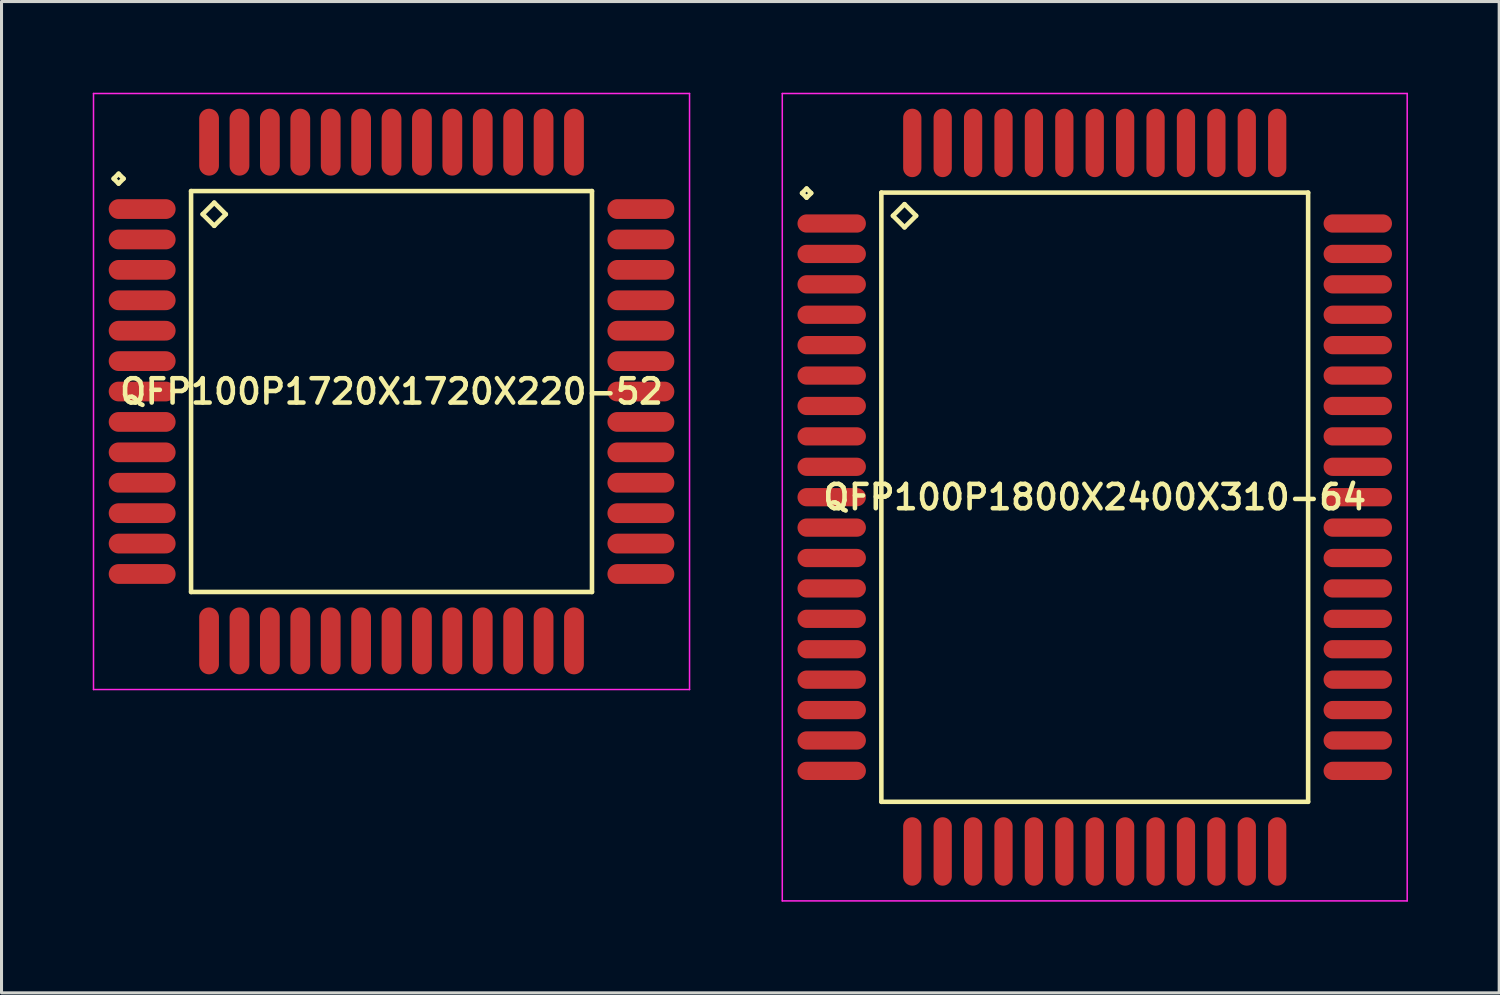
<source format=kicad_pcb>
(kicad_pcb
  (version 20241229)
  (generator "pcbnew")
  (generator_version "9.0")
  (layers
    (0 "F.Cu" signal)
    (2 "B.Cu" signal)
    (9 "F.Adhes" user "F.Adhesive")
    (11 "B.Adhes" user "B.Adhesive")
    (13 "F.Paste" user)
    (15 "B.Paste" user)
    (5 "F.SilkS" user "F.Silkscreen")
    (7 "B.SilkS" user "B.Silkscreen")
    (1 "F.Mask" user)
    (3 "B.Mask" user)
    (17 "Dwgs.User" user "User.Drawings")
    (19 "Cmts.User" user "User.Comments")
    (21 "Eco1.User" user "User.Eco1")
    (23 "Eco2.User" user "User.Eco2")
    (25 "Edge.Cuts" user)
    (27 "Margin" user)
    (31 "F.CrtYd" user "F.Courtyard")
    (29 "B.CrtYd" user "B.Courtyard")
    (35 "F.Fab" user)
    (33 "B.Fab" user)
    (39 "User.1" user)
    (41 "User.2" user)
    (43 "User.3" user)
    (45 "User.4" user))
  (footprint "QFP100P1720X1720X220-52"
    (layer "F.Cu")
    (at 9.825 9.825)
    (property "Reference" "QFP100P1720X1720X220-52" (at 0 0 0) (layer "F.SilkS") (effects (font (size 0.8 0.8) (thickness 0.15))))
    (attr smd)
    (fp_line (start -9.137 -7) (end -8.975 -7.162) (stroke (width 0.15) (type solid)) (layer "F.SilkS"))
    (fp_line (start -8.975 -7.162) (end -8.812 -7) (stroke (width 0.15) (type solid)) (layer "F.SilkS"))
    (fp_line (start -8.975 -6.838) (end -9.137 -7) (stroke (width 0.15) (type solid)) (layer "F.SilkS"))
    (fp_line (start -8.812 -7) (end -8.975 -6.838) (stroke (width 0.15) (type solid)) (layer "F.SilkS"))
    (fp_line (start -6.592 -6.592) (end -6.592 6.592) (stroke (width 0.15) (type solid)) (layer "F.SilkS"))
    (fp_line (start -6.592 6.592) (end 6.592 6.592) (stroke (width 0.15) (type solid)) (layer "F.SilkS"))
    (fp_line (start -6.211 -5.83) (end -5.83 -6.211) (stroke (width 0.15) (type solid)) (layer "F.SilkS"))
    (fp_line (start -5.83 -6.211) (end -5.449 -5.83) (stroke (width 0.15) (type solid)) (layer "F.SilkS"))
    (fp_line (start -5.83 -5.449) (end -6.211 -5.83) (stroke (width 0.15) (type solid)) (layer "F.SilkS"))
    (fp_line (start -5.449 -5.83) (end -5.83 -5.449) (stroke (width 0.15) (type solid)) (layer "F.SilkS"))
    (fp_line (start 6.592 -6.592) (end -6.592 -6.592) (stroke (width 0.15) (type solid)) (layer "F.SilkS"))
    (fp_line (start 6.592 6.592) (end 6.592 -6.592) (stroke (width 0.15) (type solid)) (layer "F.SilkS"))
    (fp_line (start -9.8 -9.8) (end 9.8 -9.8) (stroke (width 0.05) (type solid)) (layer "F.CrtYd"))
    (fp_line (start -9.8 9.8) (end -9.8 -9.8) (stroke (width 0.05) (type solid)) (layer "F.CrtYd"))
    (fp_line (start 9.8 -9.8) (end 9.8 9.8) (stroke (width 0.05) (type solid)) (layer "F.CrtYd"))
    (fp_line (start 9.8 9.8) (end -9.8 9.8) (stroke (width 0.05) (type solid)) (layer "F.CrtYd"))
    (pad "1" smd oval (at -8.2 -6) (size 2.2 0.65) (layers "F.Cu" "F.Mask" "F.Paste"))
    (pad "2" smd oval (at -8.2 -5) (size 2.2 0.65) (layers "F.Cu" "F.Mask" "F.Paste"))
    (pad "3" smd oval (at -8.2 -4) (size 2.2 0.65) (layers "F.Cu" "F.Mask" "F.Paste"))
    (pad "4" smd oval (at -8.2 -3) (size 2.2 0.65) (layers "F.Cu" "F.Mask" "F.Paste"))
    (pad "5" smd oval (at -8.2 -2) (size 2.2 0.65) (layers "F.Cu" "F.Mask" "F.Paste"))
    (pad "6" smd oval (at -8.2 -1) (size 2.2 0.65) (layers "F.Cu" "F.Mask" "F.Paste"))
    (pad "7" smd oval (at -8.2 0) (size 2.2 0.65) (layers "F.Cu" "F.Mask" "F.Paste"))
    (pad "8" smd oval (at -8.2 1) (size 2.2 0.65) (layers "F.Cu" "F.Mask" "F.Paste"))
    (pad "9" smd oval (at -8.2 2) (size 2.2 0.65) (layers "F.Cu" "F.Mask" "F.Paste"))
    (pad "10" smd oval (at -8.2 3) (size 2.2 0.65) (layers "F.Cu" "F.Mask" "F.Paste"))
    (pad "11" smd oval (at -8.2 4) (size 2.2 0.65) (layers "F.Cu" "F.Mask" "F.Paste"))
    (pad "12" smd oval (at -8.2 5) (size 2.2 0.65) (layers "F.Cu" "F.Mask" "F.Paste"))
    (pad "13" smd oval (at -8.2 6) (size 2.2 0.65) (layers "F.Cu" "F.Mask" "F.Paste"))
    (pad "14" smd oval (at -6 8.2) (size 0.65 2.2) (layers "F.Cu" "F.Mask" "F.Paste"))
    (pad "15" smd oval (at -5 8.2) (size 0.65 2.2) (layers "F.Cu" "F.Mask" "F.Paste"))
    (pad "16" smd oval (at -4 8.2) (size 0.65 2.2) (layers "F.Cu" "F.Mask" "F.Paste"))
    (pad "17" smd oval (at -3 8.2) (size 0.65 2.2) (layers "F.Cu" "F.Mask" "F.Paste"))
    (pad "18" smd oval (at -2 8.2) (size 0.65 2.2) (layers "F.Cu" "F.Mask" "F.Paste"))
    (pad "19" smd oval (at -1 8.2) (size 0.65 2.2) (layers "F.Cu" "F.Mask" "F.Paste"))
    (pad "20" smd oval (at 0 8.2) (size 0.65 2.2) (layers "F.Cu" "F.Mask" "F.Paste"))
    (pad "21" smd oval (at 1 8.2) (size 0.65 2.2) (layers "F.Cu" "F.Mask" "F.Paste"))
    (pad "22" smd oval (at 2 8.2) (size 0.65 2.2) (layers "F.Cu" "F.Mask" "F.Paste"))
    (pad "23" smd oval (at 3 8.2) (size 0.65 2.2) (layers "F.Cu" "F.Mask" "F.Paste"))
    (pad "24" smd oval (at 4 8.2) (size 0.65 2.2) (layers "F.Cu" "F.Mask" "F.Paste"))
    (pad "25" smd oval (at 5 8.2) (size 0.65 2.2) (layers "F.Cu" "F.Mask" "F.Paste"))
    (pad "26" smd oval (at 6 8.2) (size 0.65 2.2) (layers "F.Cu" "F.Mask" "F.Paste"))
    (pad "27" smd oval (at 8.2 6) (size 2.2 0.65) (layers "F.Cu" "F.Mask" "F.Paste"))
    (pad "28" smd oval (at 8.2 5) (size 2.2 0.65) (layers "F.Cu" "F.Mask" "F.Paste"))
    (pad "29" smd oval (at 8.2 4) (size 2.2 0.65) (layers "F.Cu" "F.Mask" "F.Paste"))
    (pad "30" smd oval (at 8.2 3) (size 2.2 0.65) (layers "F.Cu" "F.Mask" "F.Paste"))
    (pad "31" smd oval (at 8.2 2) (size 2.2 0.65) (layers "F.Cu" "F.Mask" "F.Paste"))
    (pad "32" smd oval (at 8.2 1) (size 2.2 0.65) (layers "F.Cu" "F.Mask" "F.Paste"))
    (pad "33" smd oval (at 8.2 0) (size 2.2 0.65) (layers "F.Cu" "F.Mask" "F.Paste"))
    (pad "34" smd oval (at 8.2 -1) (size 2.2 0.65) (layers "F.Cu" "F.Mask" "F.Paste"))
    (pad "35" smd oval (at 8.2 -2) (size 2.2 0.65) (layers "F.Cu" "F.Mask" "F.Paste"))
    (pad "36" smd oval (at 8.2 -3) (size 2.2 0.65) (layers "F.Cu" "F.Mask" "F.Paste"))
    (pad "37" smd oval (at 8.2 -4) (size 2.2 0.65) (layers "F.Cu" "F.Mask" "F.Paste"))
    (pad "38" smd oval (at 8.2 -5) (size 2.2 0.65) (layers "F.Cu" "F.Mask" "F.Paste"))
    (pad "39" smd oval (at 8.2 -6) (size 2.2 0.65) (layers "F.Cu" "F.Mask" "F.Paste"))
    (pad "40" smd oval (at 6 -8.2) (size 0.65 2.2) (layers "F.Cu" "F.Mask" "F.Paste"))
    (pad "41" smd oval (at 5 -8.2) (size 0.65 2.2) (layers "F.Cu" "F.Mask" "F.Paste"))
    (pad "42" smd oval (at 4 -8.2) (size 0.65 2.2) (layers "F.Cu" "F.Mask" "F.Paste"))
    (pad "43" smd oval (at 3 -8.2) (size 0.65 2.2) (layers "F.Cu" "F.Mask" "F.Paste"))
    (pad "44" smd oval (at 2 -8.2) (size 0.65 2.2) (layers "F.Cu" "F.Mask" "F.Paste"))
    (pad "45" smd oval (at 1 -8.2) (size 0.65 2.2) (layers "F.Cu" "F.Mask" "F.Paste"))
    (pad "46" smd oval (at 0 -8.2) (size 0.65 2.2) (layers "F.Cu" "F.Mask" "F.Paste"))
    (pad "47" smd oval (at -1 -8.2) (size 0.65 2.2) (layers "F.Cu" "F.Mask" "F.Paste"))
    (pad "48" smd oval (at -2 -8.2) (size 0.65 2.2) (layers "F.Cu" "F.Mask" "F.Paste"))
    (pad "49" smd oval (at -3 -8.2) (size 0.65 2.2) (layers "F.Cu" "F.Mask" "F.Paste"))
    (pad "50" smd oval (at -4 -8.2) (size 0.65 2.2) (layers "F.Cu" "F.Mask" "F.Paste"))
    (pad "51" smd oval (at -5 -8.2) (size 0.65 2.2) (layers "F.Cu" "F.Mask" "F.Paste"))
    (pad "52" smd oval (at -6 -8.2) (size 0.65 2.2) (layers "F.Cu" "F.Mask" "F.Paste")))
  (footprint "QFP100P1800X2400X310-64"
    (layer "F.Cu")
    (at 32.95 13.3)
    (property "Reference" "QFP100P1800X2400X310-64" (at 0 0 0) (layer "F.SilkS") (effects (font (size 0.8 0.8) (thickness 0.15))))
    (attr smd)
    (fp_line (start -9.625 -10) (end -9.475 -10.15) (stroke (width 0.15) (type solid)) (layer "F.SilkS"))
    (fp_line (start -9.475 -10.15) (end -9.325 -10) (stroke (width 0.15) (type solid)) (layer "F.SilkS"))
    (fp_line (start -9.475 -9.85) (end -9.625 -10) (stroke (width 0.15) (type solid)) (layer "F.SilkS"))
    (fp_line (start -9.325 -10) (end -9.475 -9.85) (stroke (width 0.15) (type solid)) (layer "F.SilkS"))
    (fp_line (start -7.017 -10.017) (end -7.017 10.017) (stroke (width 0.15) (type solid)) (layer "F.SilkS"))
    (fp_line (start -7.017 10.017) (end 7.017 10.017) (stroke (width 0.15) (type solid)) (layer "F.SilkS"))
    (fp_line (start -6.636 -9.255) (end -6.255 -9.636) (stroke (width 0.15) (type solid)) (layer "F.SilkS"))
    (fp_line (start -6.255 -9.636) (end -5.874 -9.255) (stroke (width 0.15) (type solid)) (layer "F.SilkS"))
    (fp_line (start -6.255 -8.874) (end -6.636 -9.255) (stroke (width 0.15) (type solid)) (layer "F.SilkS"))
    (fp_line (start -5.874 -9.255) (end -6.255 -8.874) (stroke (width 0.15) (type solid)) (layer "F.SilkS"))
    (fp_line (start 7.017 -10.017) (end -7.017 -10.017) (stroke (width 0.15) (type solid)) (layer "F.SilkS"))
    (fp_line (start 7.017 10.017) (end 7.017 -10.017) (stroke (width 0.15) (type solid)) (layer "F.SilkS"))
    (fp_line (start -10.275 -13.275) (end 10.275 -13.275) (stroke (width 0.05) (type solid)) (layer "F.CrtYd"))
    (fp_line (start -10.275 13.275) (end -10.275 -13.275) (stroke (width 0.05) (type solid)) (layer "F.CrtYd"))
    (fp_line (start 10.275 -13.275) (end 10.275 13.275) (stroke (width 0.05) (type solid)) (layer "F.CrtYd"))
    (fp_line (start 10.275 13.275) (end -10.275 13.275) (stroke (width 0.05) (type solid)) (layer "F.CrtYd"))
    (pad "1" smd oval (at -8.65 -9) (size 2.25 0.6) (layers "F.Cu" "F.Mask" "F.Paste"))
    (pad "2" smd oval (at -8.65 -8) (size 2.25 0.6) (layers "F.Cu" "F.Mask" "F.Paste"))
    (pad "3" smd oval (at -8.65 -7) (size 2.25 0.6) (layers "F.Cu" "F.Mask" "F.Paste"))
    (pad "4" smd oval (at -8.65 -6) (size 2.25 0.6) (layers "F.Cu" "F.Mask" "F.Paste"))
    (pad "5" smd oval (at -8.65 -5) (size 2.25 0.6) (layers "F.Cu" "F.Mask" "F.Paste"))
    (pad "6" smd oval (at -8.65 -4) (size 2.25 0.6) (layers "F.Cu" "F.Mask" "F.Paste"))
    (pad "7" smd oval (at -8.65 -3) (size 2.25 0.6) (layers "F.Cu" "F.Mask" "F.Paste"))
    (pad "8" smd oval (at -8.65 -2) (size 2.25 0.6) (layers "F.Cu" "F.Mask" "F.Paste"))
    (pad "9" smd oval (at -8.65 -1) (size 2.25 0.6) (layers "F.Cu" "F.Mask" "F.Paste"))
    (pad "10" smd oval (at -8.65 0) (size 2.25 0.6) (layers "F.Cu" "F.Mask" "F.Paste"))
    (pad "11" smd oval (at -8.65 1) (size 2.25 0.6) (layers "F.Cu" "F.Mask" "F.Paste"))
    (pad "12" smd oval (at -8.65 2) (size 2.25 0.6) (layers "F.Cu" "F.Mask" "F.Paste"))
    (pad "13" smd oval (at -8.65 3) (size 2.25 0.6) (layers "F.Cu" "F.Mask" "F.Paste"))
    (pad "14" smd oval (at -8.65 4) (size 2.25 0.6) (layers "F.Cu" "F.Mask" "F.Paste"))
    (pad "15" smd oval (at -8.65 5) (size 2.25 0.6) (layers "F.Cu" "F.Mask" "F.Paste"))
    (pad "16" smd oval (at -8.65 6) (size 2.25 0.6) (layers "F.Cu" "F.Mask" "F.Paste"))
    (pad "17" smd oval (at -8.65 7) (size 2.25 0.6) (layers "F.Cu" "F.Mask" "F.Paste"))
    (pad "18" smd oval (at -8.65 8) (size 2.25 0.6) (layers "F.Cu" "F.Mask" "F.Paste"))
    (pad "19" smd oval (at -8.65 9) (size 2.25 0.6) (layers "F.Cu" "F.Mask" "F.Paste"))
    (pad "20" smd oval (at -6 11.65) (size 0.6 2.25) (layers "F.Cu" "F.Mask" "F.Paste"))
    (pad "21" smd oval (at -5 11.65) (size 0.6 2.25) (layers "F.Cu" "F.Mask" "F.Paste"))
    (pad "22" smd oval (at -4 11.65) (size 0.6 2.25) (layers "F.Cu" "F.Mask" "F.Paste"))
    (pad "23" smd oval (at -3 11.65) (size 0.6 2.25) (layers "F.Cu" "F.Mask" "F.Paste"))
    (pad "24" smd oval (at -2 11.65) (size 0.6 2.25) (layers "F.Cu" "F.Mask" "F.Paste"))
    (pad "25" smd oval (at -1 11.65) (size 0.6 2.25) (layers "F.Cu" "F.Mask" "F.Paste"))
    (pad "26" smd oval (at 0 11.65) (size 0.6 2.25) (layers "F.Cu" "F.Mask" "F.Paste"))
    (pad "27" smd oval (at 1 11.65) (size 0.6 2.25) (layers "F.Cu" "F.Mask" "F.Paste"))
    (pad "28" smd oval (at 2 11.65) (size 0.6 2.25) (layers "F.Cu" "F.Mask" "F.Paste"))
    (pad "29" smd oval (at 3 11.65) (size 0.6 2.25) (layers "F.Cu" "F.Mask" "F.Paste"))
    (pad "30" smd oval (at 4 11.65) (size 0.6 2.25) (layers "F.Cu" "F.Mask" "F.Paste"))
    (pad "31" smd oval (at 5 11.65) (size 0.6 2.25) (layers "F.Cu" "F.Mask" "F.Paste"))
    (pad "32" smd oval (at 6 11.65) (size 0.6 2.25) (layers "F.Cu" "F.Mask" "F.Paste"))
    (pad "33" smd oval (at 8.65 9) (size 2.25 0.6) (layers "F.Cu" "F.Mask" "F.Paste"))
    (pad "34" smd oval (at 8.65 8) (size 2.25 0.6) (layers "F.Cu" "F.Mask" "F.Paste"))
    (pad "35" smd oval (at 8.65 7) (size 2.25 0.6) (layers "F.Cu" "F.Mask" "F.Paste"))
    (pad "36" smd oval (at 8.65 6) (size 2.25 0.6) (layers "F.Cu" "F.Mask" "F.Paste"))
    (pad "37" smd oval (at 8.65 5) (size 2.25 0.6) (layers "F.Cu" "F.Mask" "F.Paste"))
    (pad "38" smd oval (at 8.65 4) (size 2.25 0.6) (layers "F.Cu" "F.Mask" "F.Paste"))
    (pad "39" smd oval (at 8.65 3) (size 2.25 0.6) (layers "F.Cu" "F.Mask" "F.Paste"))
    (pad "40" smd oval (at 8.65 2) (size 2.25 0.6) (layers "F.Cu" "F.Mask" "F.Paste"))
    (pad "41" smd oval (at 8.65 1) (size 2.25 0.6) (layers "F.Cu" "F.Mask" "F.Paste"))
    (pad "42" smd oval (at 8.65 0) (size 2.25 0.6) (layers "F.Cu" "F.Mask" "F.Paste"))
    (pad "43" smd oval (at 8.65 -1) (size 2.25 0.6) (layers "F.Cu" "F.Mask" "F.Paste"))
    (pad "44" smd oval (at 8.65 -2) (size 2.25 0.6) (layers "F.Cu" "F.Mask" "F.Paste"))
    (pad "45" smd oval (at 8.65 -3) (size 2.25 0.6) (layers "F.Cu" "F.Mask" "F.Paste"))
    (pad "46" smd oval (at 8.65 -4) (size 2.25 0.6) (layers "F.Cu" "F.Mask" "F.Paste"))
    (pad "47" smd oval (at 8.65 -5) (size 2.25 0.6) (layers "F.Cu" "F.Mask" "F.Paste"))
    (pad "48" smd oval (at 8.65 -6) (size 2.25 0.6) (layers "F.Cu" "F.Mask" "F.Paste"))
    (pad "49" smd oval (at 8.65 -7) (size 2.25 0.6) (layers "F.Cu" "F.Mask" "F.Paste"))
    (pad "50" smd oval (at 8.65 -8) (size 2.25 0.6) (layers "F.Cu" "F.Mask" "F.Paste"))
    (pad "51" smd oval (at 8.65 -9) (size 2.25 0.6) (layers "F.Cu" "F.Mask" "F.Paste"))
    (pad "52" smd oval (at 6 -11.65) (size 0.6 2.25) (layers "F.Cu" "F.Mask" "F.Paste"))
    (pad "53" smd oval (at 5 -11.65) (size 0.6 2.25) (layers "F.Cu" "F.Mask" "F.Paste"))
    (pad "54" smd oval (at 4 -11.65) (size 0.6 2.25) (layers "F.Cu" "F.Mask" "F.Paste"))
    (pad "55" smd oval (at 3 -11.65) (size 0.6 2.25) (layers "F.Cu" "F.Mask" "F.Paste"))
    (pad "56" smd oval (at 2 -11.65) (size 0.6 2.25) (layers "F.Cu" "F.Mask" "F.Paste"))
    (pad "57" smd oval (at 1 -11.65) (size 0.6 2.25) (layers "F.Cu" "F.Mask" "F.Paste"))
    (pad "58" smd oval (at 0 -11.65) (size 0.6 2.25) (layers "F.Cu" "F.Mask" "F.Paste"))
    (pad "59" smd oval (at -1 -11.65) (size 0.6 2.25) (layers "F.Cu" "F.Mask" "F.Paste"))
    (pad "60" smd oval (at -2 -11.65) (size 0.6 2.25) (layers "F.Cu" "F.Mask" "F.Paste"))
    (pad "61" smd oval (at -3 -11.65) (size 0.6 2.25) (layers "F.Cu" "F.Mask" "F.Paste"))
    (pad "62" smd oval (at -4 -11.65) (size 0.6 2.25) (layers "F.Cu" "F.Mask" "F.Paste"))
    (pad "63" smd oval (at -5 -11.65) (size 0.6 2.25) (layers "F.Cu" "F.Mask" "F.Paste"))
    (pad "64" smd oval (at -6 -11.65) (size 0.6 2.25) (layers "F.Cu" "F.Mask" "F.Paste")))
  (gr_rect
    (start -3 -3)
    (end 46.25 29.6)
    (stroke (width 0.1) (type default))
    (fill no)
    (layer "Edge.Cuts")))
</source>
